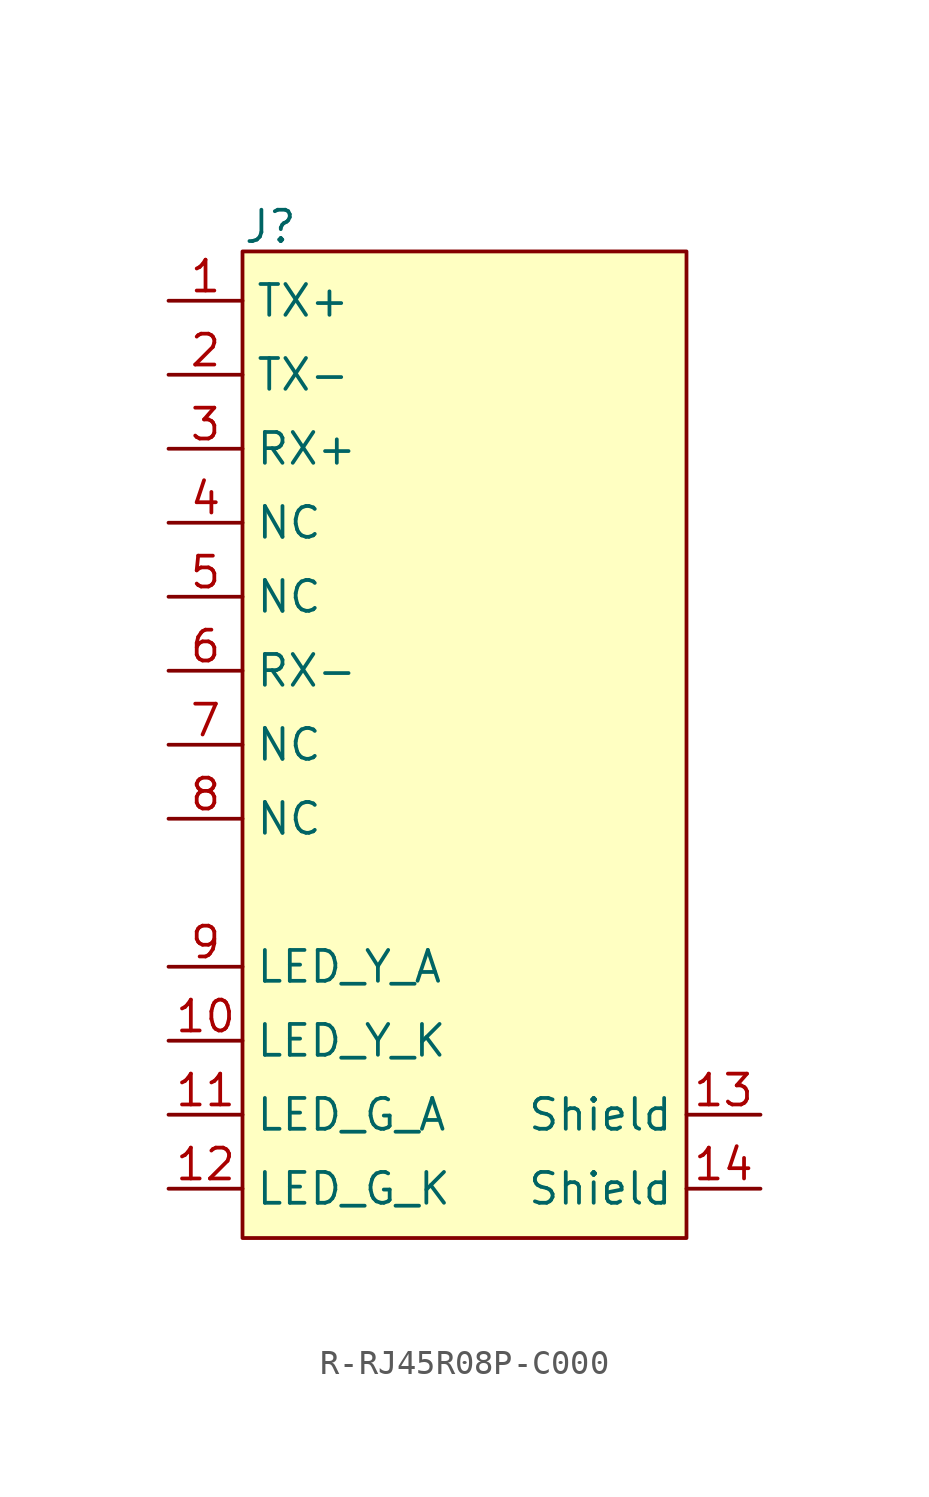
<source format=kicad_sym>
(kicad_symbol_lib
  (version 20241209)
  (generator "kicad_symbol_editor")
  (generator_version "9.0")
  (symbol "R-RJ45R08P-C000"
    (property "Reference" "J"
      (at 3 3 0)
      (effects (font (size 1.27 1.27)) (justify left)))
    (symbol "R-RJ45R08P-C000_1_1"
      (rectangle (start 3 2) (end 21 -38) (stroke (width 0) (type default)) (fill (type background)))
      (pin bidirectional line (at 0 0 0) (length 3) (name "TX+" (effects (font (size 1.25 1.25)))) (number "1" (effects (font (size 1.25 1.25)))) (alternate "DA+" passive line))
      (pin bidirectional line (at 0 -3 0) (length 3) (name "TX-" (effects (font (size 1.25 1.25)))) (number "2" (effects (font (size 1.25 1.25)))) (alternate "DA-" passive line))
      (pin bidirectional line (at 0 -6 0) (length 3) (name "RX+" (effects (font (size 1.25 1.25)))) (number "3" (effects (font (size 1.25 1.25)))) (alternate "DB+" passive line))
      (pin bidirectional line (at 0 -9 0) (length 3) (name "NC" (effects (font (size 1.25 1.25)))) (number "4" (effects (font (size 1.25 1.25)))) (alternate "DC+" passive line))
      (pin bidirectional line (at 0 -12 0) (length 3) (name "NC" (effects (font (size 1.25 1.25)))) (number "5" (effects (font (size 1.25 1.25)))) (alternate "DC-" passive line))
      (pin bidirectional line (at 0 -15 0) (length 3) (name "RX-" (effects (font (size 1.25 1.25)))) (number "6" (effects (font (size 1.25 1.25)))) (alternate "DB-" passive line))
      (pin bidirectional line (at 0 -18 0) (length 3) (name "NC" (effects (font (size 1.25 1.25)))) (number "7" (effects (font (size 1.25 1.25)))) (alternate "DD+" passive line))
      (pin bidirectional line (at 0 -21 0) (length 3) (name "NC" (effects (font (size 1.25 1.25)))) (number "8" (effects (font (size 1.25 1.25)))) (alternate "DD-" passive line))
      (pin passive line (at 0 -27 0) (length 3) (name "LED_Y_A" (effects (font (size 1.25 1.25)))) (number "9" (effects (font (size 1.25 1.25)))))
      (pin passive line (at 0 -30 0) (length 3) (name "LED_Y_K" (effects (font (size 1.25 1.25)))) (number "10" (effects (font (size 1.25 1.25)))))
      (pin passive line (at 0 -33 0) (length 3) (name "LED_G_A" (effects (font (size 1.25 1.25)))) (number "11" (effects (font (size 1.25 1.25)))))
      (pin passive line (at 0 -36 0) (length 3) (name "LED_G_K" (effects (font (size 1.25 1.25)))) (number "12" (effects (font (size 1.25 1.25)))))
      (pin passive line (at 24 -33 180) (length 3) (name "Shield" (effects (font (size 1.25 1.25)))) (number "13" (effects (font (size 1.25 1.25)))))
      (pin passive line (at 24 -36 180) (length 3) (name "Shield" (effects (font (size 1.25 1.25)))) (number "14" (effects (font (size 1.25 1.25))))))))
</source>
